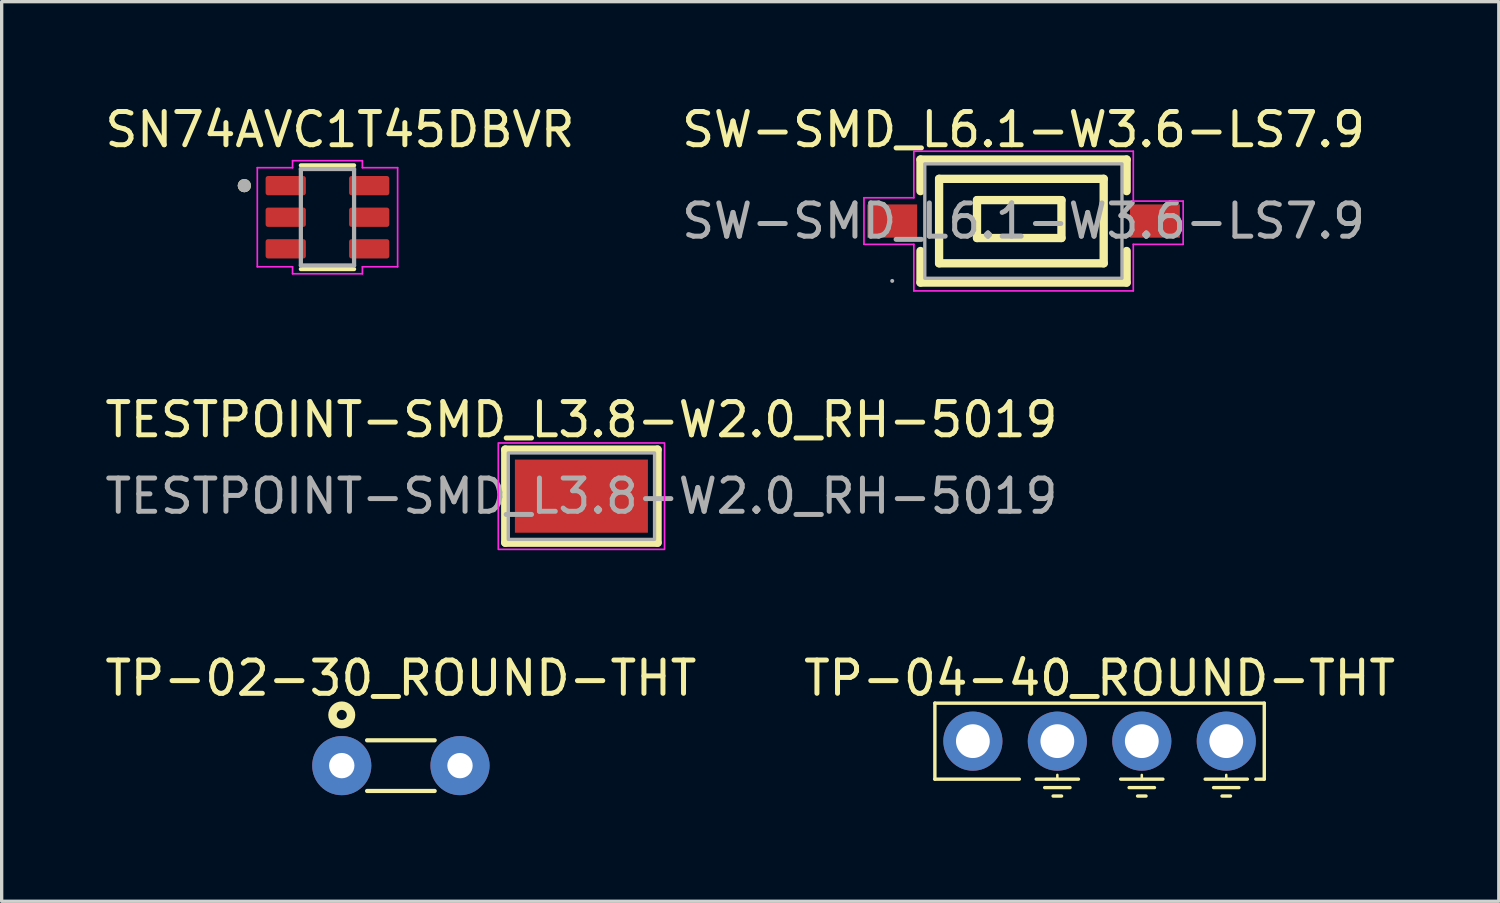
<source format=kicad_pcb>
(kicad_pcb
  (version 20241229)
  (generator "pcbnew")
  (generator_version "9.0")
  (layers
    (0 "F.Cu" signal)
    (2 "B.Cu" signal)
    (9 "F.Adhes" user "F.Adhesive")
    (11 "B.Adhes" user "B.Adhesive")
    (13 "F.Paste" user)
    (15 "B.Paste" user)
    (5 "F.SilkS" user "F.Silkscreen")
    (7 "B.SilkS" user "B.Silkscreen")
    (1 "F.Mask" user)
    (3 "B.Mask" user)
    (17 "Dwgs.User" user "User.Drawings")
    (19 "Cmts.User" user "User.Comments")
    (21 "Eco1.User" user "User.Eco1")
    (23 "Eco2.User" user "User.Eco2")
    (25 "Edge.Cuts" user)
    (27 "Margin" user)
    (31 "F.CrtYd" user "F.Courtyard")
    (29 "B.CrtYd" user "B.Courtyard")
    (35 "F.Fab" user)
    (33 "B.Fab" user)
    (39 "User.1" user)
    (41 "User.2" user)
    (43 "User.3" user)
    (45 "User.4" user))
  (footprint "SW-SMD_L6.1-W3.6-LS7.9"
    (layer "F.Cu")
    (at 27.732 3.598)
    (property "Reference" "SW-SMD_L6.1-W3.6-LS7.9" (at 0 -2.75 0) (layer "F.SilkS") (effects (font (size 1 1) (thickness 0.15))))
    (attr smd)
    (fp_line (start -3.1 -1.85) (end -3.1 -0.9) (stroke (width 0.25) (type solid)) (layer "F.SilkS"))
    (fp_line (start -3.1 -1.85) (end 3.1 -1.85) (stroke (width 0.25) (type solid)) (layer "F.SilkS"))
    (fp_line (start -3.1 0.9) (end -3.1 1.85) (stroke (width 0.25) (type solid)) (layer "F.SilkS"))
    (fp_line (start -3.1 1.85) (end 3.1 1.85) (stroke (width 0.25) (type solid)) (layer "F.SilkS"))
    (fp_line (start -2.54 -1.27) (end 2.41 -1.27) (stroke (width 0.25) (type solid)) (layer "F.SilkS"))
    (fp_line (start -2.54 1.27) (end -2.54 -1.27) (stroke (width 0.25) (type solid)) (layer "F.SilkS"))
    (fp_line (start -1.4 -0.63) (end -1.4 0.51) (stroke (width 0.25) (type solid)) (layer "F.SilkS"))
    (fp_line (start -1.4 0.51) (end 1.14 0.51) (stroke (width 0.25) (type solid)) (layer "F.SilkS"))
    (fp_line (start 1.14 -0.63) (end -1.4 -0.63) (stroke (width 0.25) (type solid)) (layer "F.SilkS"))
    (fp_line (start 1.14 0.51) (end 1.14 -0.63) (stroke (width 0.25) (type solid)) (layer "F.SilkS"))
    (fp_line (start 2.41 -1.27) (end 2.41 1.27) (stroke (width 0.25) (type solid)) (layer "F.SilkS"))
    (fp_line (start 2.41 1.27) (end -2.54 1.27) (stroke (width 0.25) (type solid)) (layer "F.SilkS"))
    (fp_line (start 3.1 -0.9) (end 3.1 -1.85) (stroke (width 0.25) (type solid)) (layer "F.SilkS"))
    (fp_line (start 3.1 1.85) (end 3.1 0.9) (stroke (width 0.25) (type solid)) (layer "F.SilkS"))
    (fp_line (start -4.8 -0.7) (end -4.8 0.7) (stroke (width 0.05) (type default)) (layer "F.CrtYd"))
    (fp_line (start -4.8 0.7) (end -3.3 0.7) (stroke (width 0.05) (type default)) (layer "F.CrtYd"))
    (fp_line (start -3.3 -2.1) (end -3.3 -0.7) (stroke (width 0.05) (type default)) (layer "F.CrtYd"))
    (fp_line (start -3.3 -0.7) (end -4.8 -0.7) (stroke (width 0.05) (type default)) (layer "F.CrtYd"))
    (fp_line (start -3.3 0.7) (end -3.3 2.1) (stroke (width 0.05) (type default)) (layer "F.CrtYd"))
    (fp_line (start -3.3 2.1) (end 3.3 2.1) (stroke (width 0.05) (type default)) (layer "F.CrtYd"))
    (fp_line (start 3.3 -2.1) (end -3.3 -2.1) (stroke (width 0.05) (type default)) (layer "F.CrtYd"))
    (fp_line (start 3.3 -0.6) (end 3.3 -2.1) (stroke (width 0.05) (type default)) (layer "F.CrtYd"))
    (fp_line (start 3.3 0.7) (end 4.8 0.7) (stroke (width 0.05) (type default)) (layer "F.CrtYd"))
    (fp_line (start 3.3 2.1) (end 3.3 0.7) (stroke (width 0.05) (type default)) (layer "F.CrtYd"))
    (fp_line (start 4.8 -0.6) (end 3.3 -0.6) (stroke (width 0.05) (type default)) (layer "F.CrtYd"))
    (fp_line (start 4.8 0.7) (end 4.8 -0.6) (stroke (width 0.05) (type default)) (layer "F.CrtYd"))
    (fp_rect (start -2.97 -1.72) (end 2.96 1.72) (stroke (width 0.1) (type default)) (fill no) (layer "F.Fab"))
    (fp_circle (center -3.95 1.8) (end -3.92 1.8) (stroke (width 0.06) (type solid)) (fill no) (layer "F.Fab"))
    (fp_text user "${REFERENCE}" (at 0 0 0) (layer "F.Fab") (effects (font (size 1 1) (thickness 0.15))))
    (pad "1" smd rect (at -3.95 0) (size 1.5 1) (layers "F.Cu" "F.Mask" "F.Paste"))
    (pad "2" smd rect (at 3.95 0) (size 1.5 1) (layers "F.Cu" "F.Mask" "F.Paste")))
  (footprint "TP-04-40_ROUND-THT"
    (layer "F.Cu")
    (at 30.018 19.239)
    (property "Reference" "TP-04-40_ROUND-THT" (at 0 -1.894 0) (layer "F.SilkS") (effects (font (size 1 1) (thickness 0.15))))
    (fp_line (start -4.953 -1.143) (end 4.953 -1.143) (stroke (width 0.102) (type solid)) (layer "F.SilkS"))
    (fp_line (start -4.953 1.143) (end -4.953 -1.143) (stroke (width 0.102) (type solid)) (layer "F.SilkS"))
    (fp_line (start -4.953 1.143) (end -2.413 1.143) (stroke (width 0.102) (type solid)) (layer "F.SilkS"))
    (fp_line (start -1.905 1.143) (end -0.635 1.143) (stroke (width 0.102) (type solid)) (layer "F.SilkS"))
    (fp_line (start -1.651 1.397) (end -0.889 1.397) (stroke (width 0.102) (type solid)) (layer "F.SilkS"))
    (fp_line (start -1.397 1.651) (end -1.143 1.651) (stroke (width 0.102) (type solid)) (layer "F.SilkS"))
    (fp_line (start -1.27 1.143) (end -1.27 1.016) (stroke (width 0.076) (type solid)) (layer "F.SilkS"))
    (fp_line (start 0.635 1.143) (end 1.905 1.143) (stroke (width 0.102) (type solid)) (layer "F.SilkS"))
    (fp_line (start 0.889 1.397) (end 1.651 1.397) (stroke (width 0.102) (type solid)) (layer "F.SilkS"))
    (fp_line (start 1.143 1.651) (end 1.397 1.651) (stroke (width 0.102) (type solid)) (layer "F.SilkS"))
    (fp_line (start 1.27 1.143) (end 1.27 1.016) (stroke (width 0.076) (type solid)) (layer "F.SilkS"))
    (fp_line (start 3.175 1.143) (end 4.445 1.143) (stroke (width 0.102) (type solid)) (layer "F.SilkS"))
    (fp_line (start 3.429 1.397) (end 4.191 1.397) (stroke (width 0.102) (type solid)) (layer "F.SilkS"))
    (fp_line (start 3.683 1.651) (end 3.937 1.651) (stroke (width 0.102) (type solid)) (layer "F.SilkS"))
    (fp_line (start 3.81 1.143) (end 3.81 1.016) (stroke (width 0.076) (type solid)) (layer "F.SilkS"))
    (fp_line (start 4.699 1.143) (end 4.953 1.143) (stroke (width 0.102) (type solid)) (layer "F.SilkS"))
    (fp_line (start 4.953 1.143) (end 4.953 -1.143) (stroke (width 0.102) (type solid)) (layer "F.SilkS"))
    (fp_line (start -5.08 -1.27) (end 5.08 -1.27) (stroke (width 0.076) (type solid)) (layer "Eco2.User"))
    (fp_line (start -5.08 1.778) (end -5.08 -1.27) (stroke (width 0.076) (type solid)) (layer "Eco2.User"))
    (fp_line (start -5.08 1.778) (end 5.08 1.778) (stroke (width 0.076) (type solid)) (layer "Eco2.User"))
    (fp_line (start 5.08 1.778) (end 5.08 -1.27) (stroke (width 0.076) (type solid)) (layer "Eco2.User"))
    (pad "1" thru_hole circle (at -3.81 0) (size 1.778 1.778) (drill 1.016) (layers "*.Cu" "*.Mask"))
    (pad "2" thru_hole circle (at -1.27 0) (size 1.778 1.778) (drill 1.016) (layers "*.Cu" "*.Mask"))
    (pad "3" thru_hole circle (at 1.27 0) (size 1.778 1.778) (drill 1.016) (layers "*.Cu" "*.Mask"))
    (pad "4" thru_hole circle (at 3.81 0) (size 1.778 1.778) (drill 1.016) (layers "*.Cu" "*.Mask")))
  (footprint "SN74AVC1T45DBVR"
    (layer "F.Cu")
    (at 6.798 3.483)
    (property "Reference" "SN74AVC1T45DBVR" (at 0.375 -2.635 0) (layer "F.SilkS") (effects (font (size 1 1) (thickness 0.15))))
    (attr smd)
    (fp_line (start -0.8 1.56) (end 0.8 1.56) (stroke (width 0.127) (type solid)) (layer "F.SilkS"))
    (fp_line (start 0.8 -1.56) (end -0.8 -1.56) (stroke (width 0.127) (type solid)) (layer "F.SilkS"))
    (fp_circle (center -2.5 -0.95) (end -2.4 -0.95) (stroke (width 0.2) (type solid)) (fill no) (layer "F.SilkS"))
    (fp_line (start -2.11 -1.49) (end -2.11 1.49) (stroke (width 0.05) (type solid)) (layer "F.CrtYd"))
    (fp_line (start -2.11 -1.49) (end -1.05 -1.49) (stroke (width 0.05) (type solid)) (layer "F.CrtYd"))
    (fp_line (start -2.11 1.49) (end -1.05 1.49) (stroke (width 0.05) (type solid)) (layer "F.CrtYd"))
    (fp_line (start -1.05 -1.49) (end -1.05 -1.7) (stroke (width 0.05) (type solid)) (layer "F.CrtYd"))
    (fp_line (start -1.05 1.49) (end -1.05 1.7) (stroke (width 0.05) (type solid)) (layer "F.CrtYd"))
    (fp_line (start -1.05 1.7) (end 1.05 1.7) (stroke (width 0.05) (type solid)) (layer "F.CrtYd"))
    (fp_line (start 1.05 -1.7) (end -1.05 -1.7) (stroke (width 0.05) (type solid)) (layer "F.CrtYd"))
    (fp_line (start 1.05 -1.49) (end 1.05 -1.7) (stroke (width 0.05) (type solid)) (layer "F.CrtYd"))
    (fp_line (start 1.05 1.49) (end 1.05 1.7) (stroke (width 0.05) (type solid)) (layer "F.CrtYd"))
    (fp_line (start 2.11 -1.49) (end 1.05 -1.49) (stroke (width 0.05) (type solid)) (layer "F.CrtYd"))
    (fp_line (start 2.11 1.49) (end 1.05 1.49) (stroke (width 0.05) (type solid)) (layer "F.CrtYd"))
    (fp_line (start 2.11 1.49) (end 2.11 -1.49) (stroke (width 0.05) (type solid)) (layer "F.CrtYd"))
    (fp_line (start -0.8 -1.45) (end -0.8 1.45) (stroke (width 0.127) (type solid)) (layer "F.Fab"))
    (fp_line (start -0.8 1.45) (end 0.8 1.45) (stroke (width 0.127) (type solid)) (layer "F.Fab"))
    (fp_line (start 0.8 -1.45) (end -0.8 -1.45) (stroke (width 0.127) (type solid)) (layer "F.Fab"))
    (fp_line (start 0.8 1.45) (end 0.8 -1.45) (stroke (width 0.127) (type solid)) (layer "F.Fab"))
    (fp_circle (center -2.5 -0.95) (end -2.4 -0.95) (stroke (width 0.2) (type solid)) (fill no) (layer "F.Fab"))
    (pad "1" smd roundrect (at -1.255 -0.95) (size 1.21 0.58) (layers "F.Cu" "F.Mask" "F.Paste") (roundrect_rratio 0.125))
    (pad "2" smd roundrect (at -1.255 0) (size 1.21 0.58) (layers "F.Cu" "F.Mask" "F.Paste") (roundrect_rratio 0.125))
    (pad "3" smd roundrect (at -1.255 0.95) (size 1.21 0.58) (layers "F.Cu" "F.Mask" "F.Paste") (roundrect_rratio 0.125))
    (pad "4" smd roundrect (at 1.255 0.95) (size 1.21 0.58) (layers "F.Cu" "F.Mask" "F.Paste") (roundrect_rratio 0.125))
    (pad "5" smd roundrect (at 1.255 0) (size 1.21 0.58) (layers "F.Cu" "F.Mask" "F.Paste") (roundrect_rratio 0.125))
    (pad "6" smd roundrect (at 1.255 -0.95) (size 1.21 0.58) (layers "F.Cu" "F.Mask" "F.Paste") (roundrect_rratio 0.125)))
  (footprint "TESTPOINT-SMD_L3.8-W2.0_RH-5019"
    (layer "F.Cu")
    (at 14.435 11.871)
    (property "Reference" "TESTPOINT-SMD_L3.8-W2.0_RH-5019" (at 0 -2.3 0) (layer "F.SilkS") (effects (font (size 1 1) (thickness 0.15))))
    (attr through_hole)
    (fp_line (start -2.29 -1.4) (end -2.29 1.4) (stroke (width 0.25) (type solid)) (layer "F.SilkS"))
    (fp_line (start 2.29 -1.4) (end -2.29 -1.4) (stroke (width 0.25) (type solid)) (layer "F.SilkS"))
    (fp_line (start 2.29 -1.4) (end 2.29 1.4) (stroke (width 0.25) (type solid)) (layer "F.SilkS"))
    (fp_line (start 2.29 1.4) (end -2.29 1.4) (stroke (width 0.25) (type solid)) (layer "F.SilkS"))
    (fp_rect (start -2.5 -1.6) (end 2.5 1.6) (stroke (width 0.05) (type default)) (fill no) (layer "F.CrtYd"))
    (fp_rect (start -2.2 -1.3) (end 2.2 1.3) (stroke (width 0.1) (type default)) (fill no) (layer "F.Fab"))
    (fp_text user "${REFERENCE}" (at 0 0 0) (layer "F.Fab") (effects (font (size 1 1) (thickness 0.15))))
    (pad "1" smd rect (at 0 0) (size 4 2.2) (layers "F.Cu" "F.Mask" "F.Paste")))
  (footprint "TP-02-30_ROUND-THT"
    (layer "F.Cu")
    (at 9.006 19.975)
    (property "Reference" "TP-02-30_ROUND-THT" (at 0 -2.63 0) (layer "F.SilkS") (effects (font (size 1 1) (thickness 0.15))))
    (fp_line (start -1.016 -0.762) (end 1.016 -0.762) (stroke (width 0.127) (type solid)) (layer "F.SilkS"))
    (fp_line (start -1.016 0.762) (end 1.016 0.762) (stroke (width 0.127) (type solid)) (layer "F.SilkS"))
    (fp_circle (center -1.778 -1.524) (end -1.778 -1.803) (stroke (width 0.254) (type solid)) (fill no) (layer "F.SilkS"))
    (fp_line (start -2.794 -1.016) (end 2.794 -1.016) (stroke (width 0.076) (type solid)) (layer "Eco2.User"))
    (fp_line (start -2.794 1.016) (end -2.794 -1.016) (stroke (width 0.076) (type solid)) (layer "Eco2.User"))
    (fp_line (start -2.794 1.016) (end 2.794 1.016) (stroke (width 0.076) (type solid)) (layer "Eco2.User"))
    (fp_line (start 2.794 1.016) (end 2.794 -1.016) (stroke (width 0.076) (type solid)) (layer "Eco2.User"))
    (pad "1" thru_hole circle (at -1.778 0) (size 1.778 1.778) (drill 0.762) (layers "*.Cu" "*.Mask"))
    (pad "2" thru_hole circle (at 1.778 0) (size 1.778 1.778) (drill 0.762) (layers "*.Cu" "*.Mask")))
  (gr_rect
    (start -3 -3)
    (end 42.024 24.055)
    (stroke (width 0.1) (type default))
    (fill no)
    (layer "Edge.Cuts")))
</source>
